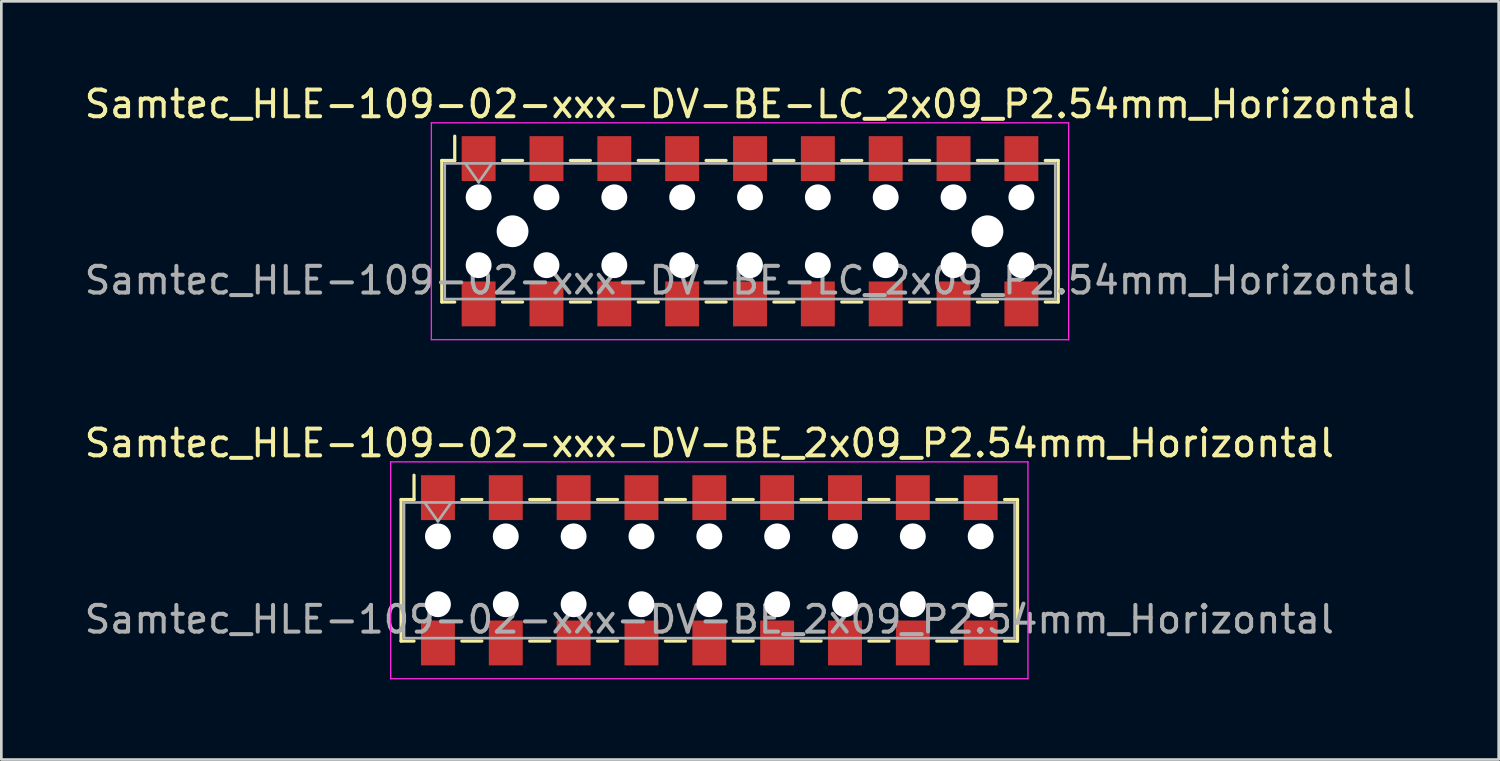
<source format=kicad_pcb>
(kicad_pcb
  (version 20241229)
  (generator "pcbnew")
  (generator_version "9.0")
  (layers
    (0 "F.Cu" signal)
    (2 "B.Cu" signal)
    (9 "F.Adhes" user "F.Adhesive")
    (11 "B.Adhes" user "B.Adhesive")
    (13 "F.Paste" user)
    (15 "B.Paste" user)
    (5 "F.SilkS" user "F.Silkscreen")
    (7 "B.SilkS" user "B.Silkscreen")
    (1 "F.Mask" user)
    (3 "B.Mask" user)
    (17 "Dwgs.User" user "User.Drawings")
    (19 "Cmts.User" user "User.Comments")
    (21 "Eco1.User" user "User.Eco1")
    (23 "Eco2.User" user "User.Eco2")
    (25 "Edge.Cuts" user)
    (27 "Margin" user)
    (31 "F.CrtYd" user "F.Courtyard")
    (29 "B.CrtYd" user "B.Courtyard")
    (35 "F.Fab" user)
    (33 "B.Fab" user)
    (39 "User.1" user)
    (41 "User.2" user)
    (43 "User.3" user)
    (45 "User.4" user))
  (footprint "Samtec_HLE-109-02-xxx-DV-BE-LC_2x09_P2.54mm_Horizontal"
    (layer "F.Cu")
    (at 25.03 5.608)
    (property "Reference" "Samtec_HLE-109-02-xxx-DV-BE-LC_2x09_P2.54mm_Horizontal" (at 0 -4.76 0) (layer "F.SilkS") (effects (font (size 1 1) (thickness 0.15))))
    (attr smd)
    (fp_line (start -11.54 -2.65) (end -11.54 2.65) (stroke (width 0.12) (type solid)) (layer "F.SilkS"))
    (fp_line (start -11.54 2.65) (end -11.055 2.65) (stroke (width 0.12) (type solid)) (layer "F.SilkS"))
    (fp_line (start -11.055 -3.56) (end -11.055 -2.65) (stroke (width 0.12) (type solid)) (layer "F.SilkS"))
    (fp_line (start -11.055 -2.65) (end -11.54 -2.65) (stroke (width 0.12) (type solid)) (layer "F.SilkS"))
    (fp_line (start -9.265 -2.65) (end -8.515 -2.65) (stroke (width 0.12) (type solid)) (layer "F.SilkS"))
    (fp_line (start -9.265 2.65) (end -8.515 2.65) (stroke (width 0.12) (type solid)) (layer "F.SilkS"))
    (fp_line (start -6.725 -2.65) (end -5.975 -2.65) (stroke (width 0.12) (type solid)) (layer "F.SilkS"))
    (fp_line (start -6.725 2.65) (end -5.975 2.65) (stroke (width 0.12) (type solid)) (layer "F.SilkS"))
    (fp_line (start -4.185 -2.65) (end -3.435 -2.65) (stroke (width 0.12) (type solid)) (layer "F.SilkS"))
    (fp_line (start -4.185 2.65) (end -3.435 2.65) (stroke (width 0.12) (type solid)) (layer "F.SilkS"))
    (fp_line (start -1.645 -2.65) (end -0.895 -2.65) (stroke (width 0.12) (type solid)) (layer "F.SilkS"))
    (fp_line (start -1.645 2.65) (end -0.895 2.65) (stroke (width 0.12) (type solid)) (layer "F.SilkS"))
    (fp_line (start 0.895 -2.65) (end 1.645 -2.65) (stroke (width 0.12) (type solid)) (layer "F.SilkS"))
    (fp_line (start 0.895 2.65) (end 1.645 2.65) (stroke (width 0.12) (type solid)) (layer "F.SilkS"))
    (fp_line (start 3.435 -2.65) (end 4.185 -2.65) (stroke (width 0.12) (type solid)) (layer "F.SilkS"))
    (fp_line (start 3.435 2.65) (end 4.185 2.65) (stroke (width 0.12) (type solid)) (layer "F.SilkS"))
    (fp_line (start 5.975 -2.65) (end 6.725 -2.65) (stroke (width 0.12) (type solid)) (layer "F.SilkS"))
    (fp_line (start 5.975 2.65) (end 6.725 2.65) (stroke (width 0.12) (type solid)) (layer "F.SilkS"))
    (fp_line (start 8.515 -2.65) (end 9.265 -2.65) (stroke (width 0.12) (type solid)) (layer "F.SilkS"))
    (fp_line (start 8.515 2.65) (end 9.265 2.65) (stroke (width 0.12) (type solid)) (layer "F.SilkS"))
    (fp_line (start 11.055 -2.65) (end 11.54 -2.65) (stroke (width 0.12) (type solid)) (layer "F.SilkS"))
    (fp_line (start 11.54 -2.65) (end 11.54 2.65) (stroke (width 0.12) (type solid)) (layer "F.SilkS"))
    (fp_line (start 11.54 2.65) (end 11.055 2.65) (stroke (width 0.12) (type solid)) (layer "F.SilkS"))
    (fp_line (start -11.93 -4.06) (end 11.93 -4.06) (stroke (width 0.05) (type solid)) (layer "F.CrtYd"))
    (fp_line (start -11.93 4.06) (end -11.93 -4.06) (stroke (width 0.05) (type solid)) (layer "F.CrtYd"))
    (fp_line (start 11.93 -4.06) (end 11.93 4.06) (stroke (width 0.05) (type solid)) (layer "F.CrtYd"))
    (fp_line (start 11.93 4.06) (end -11.93 4.06) (stroke (width 0.05) (type solid)) (layer "F.CrtYd"))
    (fp_line (start -11.43 -2.54) (end 11.43 -2.54) (stroke (width 0.1) (type solid)) (layer "F.Fab"))
    (fp_line (start -11.43 2.54) (end -11.43 -2.54) (stroke (width 0.1) (type solid)) (layer "F.Fab"))
    (fp_line (start -10.66 -2.54) (end -10.16 -1.833) (stroke (width 0.1) (type solid)) (layer "F.Fab"))
    (fp_line (start -10.16 -1.833) (end -9.66 -2.54) (stroke (width 0.1) (type solid)) (layer "F.Fab"))
    (fp_line (start 11.43 -2.54) (end 11.43 2.54) (stroke (width 0.1) (type solid)) (layer "F.Fab"))
    (fp_line (start 11.43 2.54) (end -11.43 2.54) (stroke (width 0.1) (type solid)) (layer "F.Fab"))
    (fp_text user "${REFERENCE}" (at 0 1.84 0) (layer "F.Fab") (effects (font (size 1 1) (thickness 0.15))))
    (pad "" np_thru_hole circle (at -10.16 -1.27) (size 0.97 0.97) (drill 0.97) (layers "*.Cu" "*.Mask"))
    (pad "" np_thru_hole circle (at -10.16 1.27) (size 0.97 0.97) (drill 0.97) (layers "*.Cu" "*.Mask"))
    (pad "" np_thru_hole circle (at -8.89 0) (size 1.19 1.19) (drill 1.19) (layers "*.Cu" "*.Mask"))
    (pad "" np_thru_hole circle (at -7.62 -1.27) (size 0.97 0.97) (drill 0.97) (layers "*.Cu" "*.Mask"))
    (pad "" np_thru_hole circle (at -7.62 1.27) (size 0.97 0.97) (drill 0.97) (layers "*.Cu" "*.Mask"))
    (pad "" np_thru_hole circle (at -5.08 -1.27) (size 0.97 0.97) (drill 0.97) (layers "*.Cu" "*.Mask"))
    (pad "" np_thru_hole circle (at -5.08 1.27) (size 0.97 0.97) (drill 0.97) (layers "*.Cu" "*.Mask"))
    (pad "" np_thru_hole circle (at -2.54 -1.27) (size 0.97 0.97) (drill 0.97) (layers "*.Cu" "*.Mask"))
    (pad "" np_thru_hole circle (at -2.54 1.27) (size 0.97 0.97) (drill 0.97) (layers "*.Cu" "*.Mask"))
    (pad "" np_thru_hole circle (at 0 -1.27) (size 0.97 0.97) (drill 0.97) (layers "*.Cu" "*.Mask"))
    (pad "" np_thru_hole circle (at 0 1.27) (size 0.97 0.97) (drill 0.97) (layers "*.Cu" "*.Mask"))
    (pad "" np_thru_hole circle (at 2.54 -1.27) (size 0.97 0.97) (drill 0.97) (layers "*.Cu" "*.Mask"))
    (pad "" np_thru_hole circle (at 2.54 1.27) (size 0.97 0.97) (drill 0.97) (layers "*.Cu" "*.Mask"))
    (pad "" np_thru_hole circle (at 5.08 -1.27) (size 0.97 0.97) (drill 0.97) (layers "*.Cu" "*.Mask"))
    (pad "" np_thru_hole circle (at 5.08 1.27) (size 0.97 0.97) (drill 0.97) (layers "*.Cu" "*.Mask"))
    (pad "" np_thru_hole circle (at 7.62 -1.27) (size 0.97 0.97) (drill 0.97) (layers "*.Cu" "*.Mask"))
    (pad "" np_thru_hole circle (at 7.62 1.27) (size 0.97 0.97) (drill 0.97) (layers "*.Cu" "*.Mask"))
    (pad "" np_thru_hole circle (at 8.89 0) (size 1.19 1.19) (drill 1.19) (layers "*.Cu" "*.Mask"))
    (pad "" np_thru_hole circle (at 10.16 -1.27) (size 0.97 0.97) (drill 0.97) (layers "*.Cu" "*.Mask"))
    (pad "" np_thru_hole circle (at 10.16 1.27) (size 0.97 0.97) (drill 0.97) (layers "*.Cu" "*.Mask"))
    (pad "1" smd rect (at -10.16 -2.72) (size 1.27 1.68) (layers "F.Cu" "F.Mask" "F.Paste"))
    (pad "2" smd rect (at -10.16 2.72) (size 1.27 1.68) (layers "F.Cu" "F.Mask" "F.Paste"))
    (pad "3" smd rect (at -7.62 -2.72) (size 1.27 1.68) (layers "F.Cu" "F.Mask" "F.Paste"))
    (pad "4" smd rect (at -7.62 2.72) (size 1.27 1.68) (layers "F.Cu" "F.Mask" "F.Paste"))
    (pad "5" smd rect (at -5.08 -2.72) (size 1.27 1.68) (layers "F.Cu" "F.Mask" "F.Paste"))
    (pad "6" smd rect (at -5.08 2.72) (size 1.27 1.68) (layers "F.Cu" "F.Mask" "F.Paste"))
    (pad "7" smd rect (at -2.54 -2.72) (size 1.27 1.68) (layers "F.Cu" "F.Mask" "F.Paste"))
    (pad "8" smd rect (at -2.54 2.72) (size 1.27 1.68) (layers "F.Cu" "F.Mask" "F.Paste"))
    (pad "9" smd rect (at 0 -2.72) (size 1.27 1.68) (layers "F.Cu" "F.Mask" "F.Paste"))
    (pad "10" smd rect (at 0 2.72) (size 1.27 1.68) (layers "F.Cu" "F.Mask" "F.Paste"))
    (pad "11" smd rect (at 2.54 -2.72) (size 1.27 1.68) (layers "F.Cu" "F.Mask" "F.Paste"))
    (pad "12" smd rect (at 2.54 2.72) (size 1.27 1.68) (layers "F.Cu" "F.Mask" "F.Paste"))
    (pad "13" smd rect (at 5.08 -2.72) (size 1.27 1.68) (layers "F.Cu" "F.Mask" "F.Paste"))
    (pad "14" smd rect (at 5.08 2.72) (size 1.27 1.68) (layers "F.Cu" "F.Mask" "F.Paste"))
    (pad "15" smd rect (at 7.62 -2.72) (size 1.27 1.68) (layers "F.Cu" "F.Mask" "F.Paste"))
    (pad "16" smd rect (at 7.62 2.72) (size 1.27 1.68) (layers "F.Cu" "F.Mask" "F.Paste"))
    (pad "17" smd rect (at 10.16 -2.72) (size 1.27 1.68) (layers "F.Cu" "F.Mask" "F.Paste"))
    (pad "18" smd rect (at 10.16 2.72) (size 1.27 1.68) (layers "F.Cu" "F.Mask" "F.Paste")))
  (footprint "Samtec_HLE-109-02-xxx-DV-BE_2x09_P2.54mm_Horizontal"
    (layer "F.Cu")
    (at 23.506 18.302)
    (property "Reference" "Samtec_HLE-109-02-xxx-DV-BE_2x09_P2.54mm_Horizontal" (at 0 -4.76 0) (layer "F.SilkS") (effects (font (size 1 1) (thickness 0.15))))
    (attr smd)
    (fp_line (start -11.54 -2.65) (end -11.54 2.65) (stroke (width 0.12) (type solid)) (layer "F.SilkS"))
    (fp_line (start -11.54 2.65) (end -11.055 2.65) (stroke (width 0.12) (type solid)) (layer "F.SilkS"))
    (fp_line (start -11.055 -3.56) (end -11.055 -2.65) (stroke (width 0.12) (type solid)) (layer "F.SilkS"))
    (fp_line (start -11.055 -2.65) (end -11.54 -2.65) (stroke (width 0.12) (type solid)) (layer "F.SilkS"))
    (fp_line (start -9.265 -2.65) (end -8.515 -2.65) (stroke (width 0.12) (type solid)) (layer "F.SilkS"))
    (fp_line (start -9.265 2.65) (end -8.515 2.65) (stroke (width 0.12) (type solid)) (layer "F.SilkS"))
    (fp_line (start -6.725 -2.65) (end -5.975 -2.65) (stroke (width 0.12) (type solid)) (layer "F.SilkS"))
    (fp_line (start -6.725 2.65) (end -5.975 2.65) (stroke (width 0.12) (type solid)) (layer "F.SilkS"))
    (fp_line (start -4.185 -2.65) (end -3.435 -2.65) (stroke (width 0.12) (type solid)) (layer "F.SilkS"))
    (fp_line (start -4.185 2.65) (end -3.435 2.65) (stroke (width 0.12) (type solid)) (layer "F.SilkS"))
    (fp_line (start -1.645 -2.65) (end -0.895 -2.65) (stroke (width 0.12) (type solid)) (layer "F.SilkS"))
    (fp_line (start -1.645 2.65) (end -0.895 2.65) (stroke (width 0.12) (type solid)) (layer "F.SilkS"))
    (fp_line (start 0.895 -2.65) (end 1.645 -2.65) (stroke (width 0.12) (type solid)) (layer "F.SilkS"))
    (fp_line (start 0.895 2.65) (end 1.645 2.65) (stroke (width 0.12) (type solid)) (layer "F.SilkS"))
    (fp_line (start 3.435 -2.65) (end 4.185 -2.65) (stroke (width 0.12) (type solid)) (layer "F.SilkS"))
    (fp_line (start 3.435 2.65) (end 4.185 2.65) (stroke (width 0.12) (type solid)) (layer "F.SilkS"))
    (fp_line (start 5.975 -2.65) (end 6.725 -2.65) (stroke (width 0.12) (type solid)) (layer "F.SilkS"))
    (fp_line (start 5.975 2.65) (end 6.725 2.65) (stroke (width 0.12) (type solid)) (layer "F.SilkS"))
    (fp_line (start 8.515 -2.65) (end 9.265 -2.65) (stroke (width 0.12) (type solid)) (layer "F.SilkS"))
    (fp_line (start 8.515 2.65) (end 9.265 2.65) (stroke (width 0.12) (type solid)) (layer "F.SilkS"))
    (fp_line (start 11.055 -2.65) (end 11.54 -2.65) (stroke (width 0.12) (type solid)) (layer "F.SilkS"))
    (fp_line (start 11.54 -2.65) (end 11.54 2.65) (stroke (width 0.12) (type solid)) (layer "F.SilkS"))
    (fp_line (start 11.54 2.65) (end 11.055 2.65) (stroke (width 0.12) (type solid)) (layer "F.SilkS"))
    (fp_line (start -11.93 -4.06) (end 11.93 -4.06) (stroke (width 0.05) (type solid)) (layer "F.CrtYd"))
    (fp_line (start -11.93 4.06) (end -11.93 -4.06) (stroke (width 0.05) (type solid)) (layer "F.CrtYd"))
    (fp_line (start 11.93 -4.06) (end 11.93 4.06) (stroke (width 0.05) (type solid)) (layer "F.CrtYd"))
    (fp_line (start 11.93 4.06) (end -11.93 4.06) (stroke (width 0.05) (type solid)) (layer "F.CrtYd"))
    (fp_line (start -11.43 -2.54) (end 11.43 -2.54) (stroke (width 0.1) (type solid)) (layer "F.Fab"))
    (fp_line (start -11.43 2.54) (end -11.43 -2.54) (stroke (width 0.1) (type solid)) (layer "F.Fab"))
    (fp_line (start -10.66 -2.54) (end -10.16 -1.833) (stroke (width 0.1) (type solid)) (layer "F.Fab"))
    (fp_line (start -10.16 -1.833) (end -9.66 -2.54) (stroke (width 0.1) (type solid)) (layer "F.Fab"))
    (fp_line (start 11.43 -2.54) (end 11.43 2.54) (stroke (width 0.1) (type solid)) (layer "F.Fab"))
    (fp_line (start 11.43 2.54) (end -11.43 2.54) (stroke (width 0.1) (type solid)) (layer "F.Fab"))
    (fp_text user "${REFERENCE}" (at 0 1.84 0) (layer "F.Fab") (effects (font (size 1 1) (thickness 0.15))))
    (pad "" np_thru_hole circle (at -10.16 -1.27) (size 0.97 0.97) (drill 0.97) (layers "*.Cu" "*.Mask"))
    (pad "" np_thru_hole circle (at -10.16 1.27) (size 0.97 0.97) (drill 0.97) (layers "*.Cu" "*.Mask"))
    (pad "" np_thru_hole circle (at -7.62 -1.27) (size 0.97 0.97) (drill 0.97) (layers "*.Cu" "*.Mask"))
    (pad "" np_thru_hole circle (at -7.62 1.27) (size 0.97 0.97) (drill 0.97) (layers "*.Cu" "*.Mask"))
    (pad "" np_thru_hole circle (at -5.08 -1.27) (size 0.97 0.97) (drill 0.97) (layers "*.Cu" "*.Mask"))
    (pad "" np_thru_hole circle (at -5.08 1.27) (size 0.97 0.97) (drill 0.97) (layers "*.Cu" "*.Mask"))
    (pad "" np_thru_hole circle (at -2.54 -1.27) (size 0.97 0.97) (drill 0.97) (layers "*.Cu" "*.Mask"))
    (pad "" np_thru_hole circle (at -2.54 1.27) (size 0.97 0.97) (drill 0.97) (layers "*.Cu" "*.Mask"))
    (pad "" np_thru_hole circle (at 0 -1.27) (size 0.97 0.97) (drill 0.97) (layers "*.Cu" "*.Mask"))
    (pad "" np_thru_hole circle (at 0 1.27) (size 0.97 0.97) (drill 0.97) (layers "*.Cu" "*.Mask"))
    (pad "" np_thru_hole circle (at 2.54 -1.27) (size 0.97 0.97) (drill 0.97) (layers "*.Cu" "*.Mask"))
    (pad "" np_thru_hole circle (at 2.54 1.27) (size 0.97 0.97) (drill 0.97) (layers "*.Cu" "*.Mask"))
    (pad "" np_thru_hole circle (at 5.08 -1.27) (size 0.97 0.97) (drill 0.97) (layers "*.Cu" "*.Mask"))
    (pad "" np_thru_hole circle (at 5.08 1.27) (size 0.97 0.97) (drill 0.97) (layers "*.Cu" "*.Mask"))
    (pad "" np_thru_hole circle (at 7.62 -1.27) (size 0.97 0.97) (drill 0.97) (layers "*.Cu" "*.Mask"))
    (pad "" np_thru_hole circle (at 7.62 1.27) (size 0.97 0.97) (drill 0.97) (layers "*.Cu" "*.Mask"))
    (pad "" np_thru_hole circle (at 10.16 -1.27) (size 0.97 0.97) (drill 0.97) (layers "*.Cu" "*.Mask"))
    (pad "" np_thru_hole circle (at 10.16 1.27) (size 0.97 0.97) (drill 0.97) (layers "*.Cu" "*.Mask"))
    (pad "1" smd rect (at -10.16 -2.72) (size 1.27 1.68) (layers "F.Cu" "F.Mask" "F.Paste"))
    (pad "2" smd rect (at -10.16 2.72) (size 1.27 1.68) (layers "F.Cu" "F.Mask" "F.Paste"))
    (pad "3" smd rect (at -7.62 -2.72) (size 1.27 1.68) (layers "F.Cu" "F.Mask" "F.Paste"))
    (pad "4" smd rect (at -7.62 2.72) (size 1.27 1.68) (layers "F.Cu" "F.Mask" "F.Paste"))
    (pad "5" smd rect (at -5.08 -2.72) (size 1.27 1.68) (layers "F.Cu" "F.Mask" "F.Paste"))
    (pad "6" smd rect (at -5.08 2.72) (size 1.27 1.68) (layers "F.Cu" "F.Mask" "F.Paste"))
    (pad "7" smd rect (at -2.54 -2.72) (size 1.27 1.68) (layers "F.Cu" "F.Mask" "F.Paste"))
    (pad "8" smd rect (at -2.54 2.72) (size 1.27 1.68) (layers "F.Cu" "F.Mask" "F.Paste"))
    (pad "9" smd rect (at 0 -2.72) (size 1.27 1.68) (layers "F.Cu" "F.Mask" "F.Paste"))
    (pad "10" smd rect (at 0 2.72) (size 1.27 1.68) (layers "F.Cu" "F.Mask" "F.Paste"))
    (pad "11" smd rect (at 2.54 -2.72) (size 1.27 1.68) (layers "F.Cu" "F.Mask" "F.Paste"))
    (pad "12" smd rect (at 2.54 2.72) (size 1.27 1.68) (layers "F.Cu" "F.Mask" "F.Paste"))
    (pad "13" smd rect (at 5.08 -2.72) (size 1.27 1.68) (layers "F.Cu" "F.Mask" "F.Paste"))
    (pad "14" smd rect (at 5.08 2.72) (size 1.27 1.68) (layers "F.Cu" "F.Mask" "F.Paste"))
    (pad "15" smd rect (at 7.62 -2.72) (size 1.27 1.68) (layers "F.Cu" "F.Mask" "F.Paste"))
    (pad "16" smd rect (at 7.62 2.72) (size 1.27 1.68) (layers "F.Cu" "F.Mask" "F.Paste"))
    (pad "17" smd rect (at 10.16 -2.72) (size 1.27 1.68) (layers "F.Cu" "F.Mask" "F.Paste"))
    (pad "18" smd rect (at 10.16 2.72) (size 1.27 1.68) (layers "F.Cu" "F.Mask" "F.Paste")))
  (gr_rect
    (start -3 -3)
    (end 53.06 25.387)
    (stroke (width 0.1) (type default))
    (fill no)
    (layer "Edge.Cuts")))
</source>
